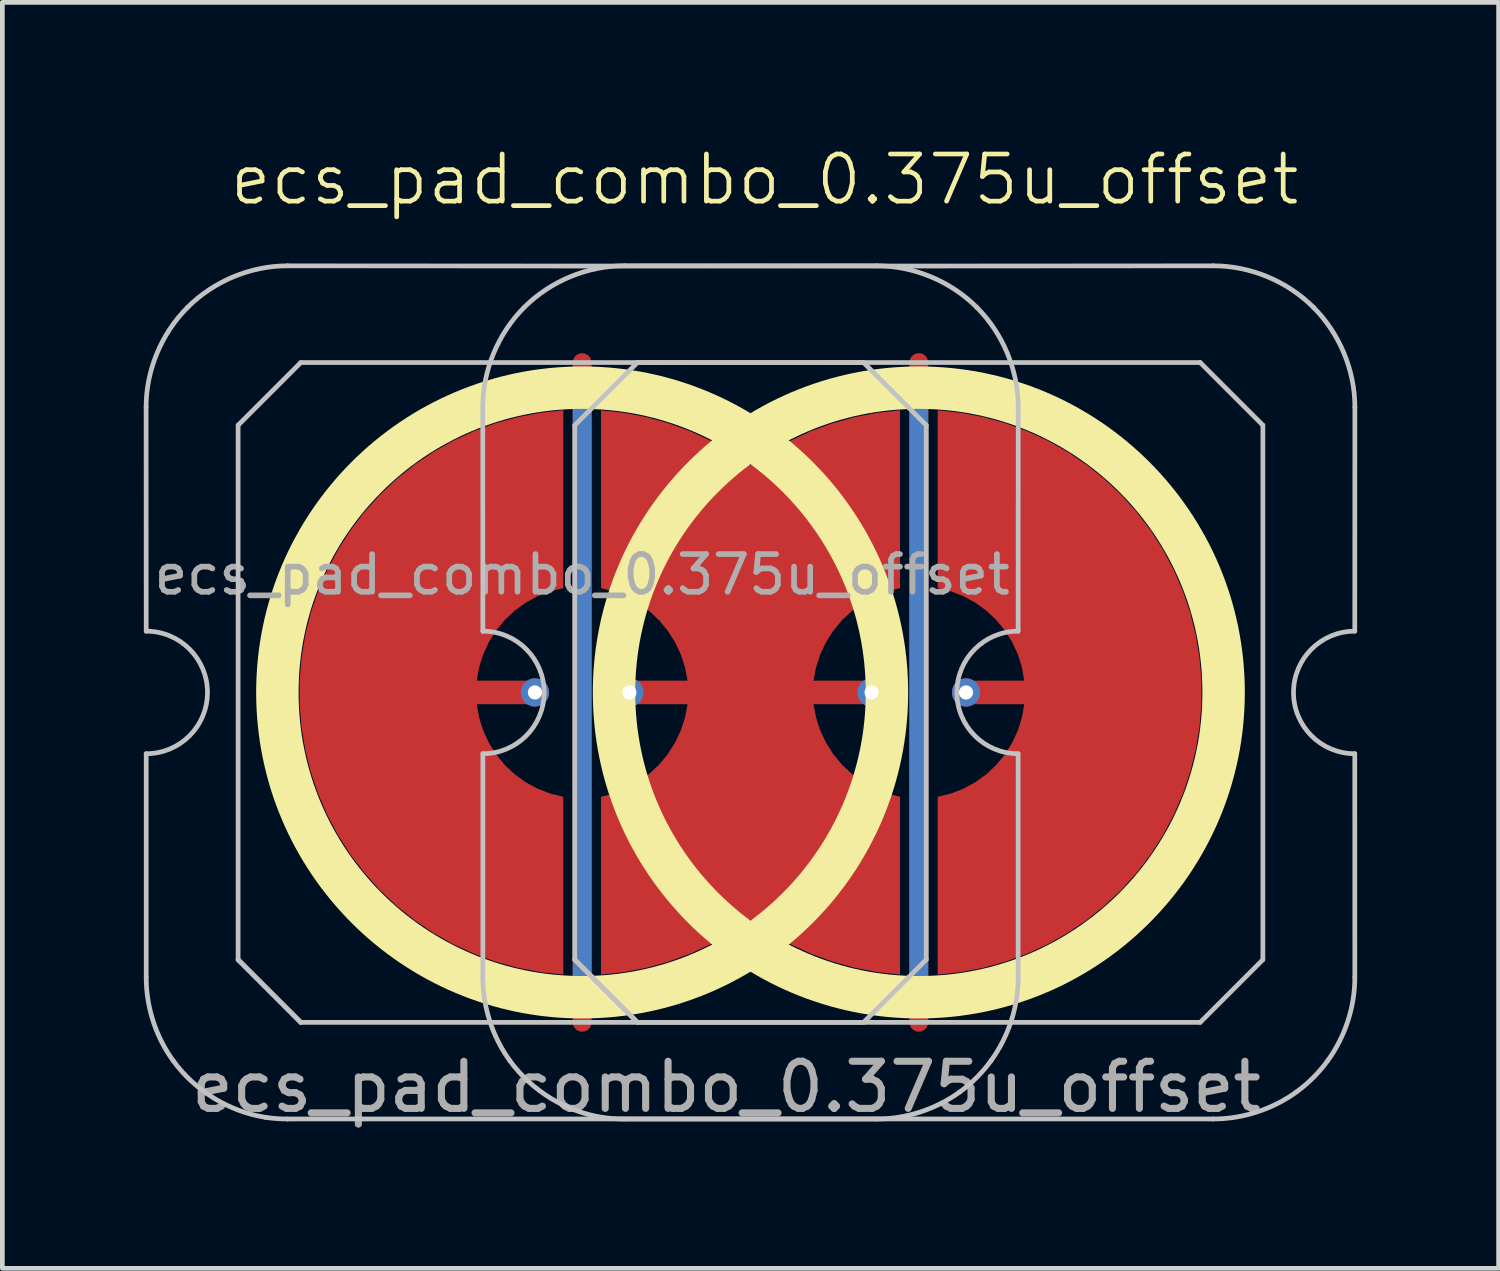
<source format=kicad_pcb>
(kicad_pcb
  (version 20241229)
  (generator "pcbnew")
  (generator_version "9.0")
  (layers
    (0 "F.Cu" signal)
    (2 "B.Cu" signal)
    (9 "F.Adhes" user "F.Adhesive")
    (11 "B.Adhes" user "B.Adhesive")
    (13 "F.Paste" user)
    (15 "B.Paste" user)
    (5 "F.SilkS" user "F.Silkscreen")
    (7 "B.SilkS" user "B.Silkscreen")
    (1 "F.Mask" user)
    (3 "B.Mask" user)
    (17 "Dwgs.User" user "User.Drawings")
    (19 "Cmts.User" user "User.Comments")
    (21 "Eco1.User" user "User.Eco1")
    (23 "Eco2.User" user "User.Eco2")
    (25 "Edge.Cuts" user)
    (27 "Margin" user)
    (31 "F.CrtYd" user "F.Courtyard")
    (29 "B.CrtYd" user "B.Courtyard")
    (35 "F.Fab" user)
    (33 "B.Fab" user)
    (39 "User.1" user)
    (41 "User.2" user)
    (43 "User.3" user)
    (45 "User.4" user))
  (footprint "ecs_pad_combo_0.375u_offset"
    (layer "F.Cu")
    (at 16.445 11.642)
    (property "Reference" "ecs_pad_combo_0.375u_offset" (at -3.269 -10.882 0) (unlocked yes) (layer "F.SilkS") (effects (font (size 1 1) (thickness 0.1))))
    (attr smd)
    (fp_circle (center -7.143 0) (end -0.676 0) (stroke (width 0.9) (type solid)) (fill no) (layer "F.SilkS"))
    (fp_circle (center 0 0) (end 6.467 0) (stroke (width 0.9) (type solid)) (fill no) (layer "F.SilkS"))
    (fp_line (start -16.395 -6.05) (end -16.393 -1.3) (stroke (width 0.1) (type solid)) (layer "Dwgs.User"))
    (fp_line (start -16.393 1.3) (end -16.393 6.049) (stroke (width 0.1) (type solid)) (layer "Dwgs.User"))
    (fp_line (start -14.443 -5.67) (end -13.113 -7) (stroke (width 0.1) (type solid)) (layer "Dwgs.User"))
    (fp_line (start -14.443 5.67) (end -14.443 -5.67) (stroke (width 0.1) (type solid)) (layer "Dwgs.User"))
    (fp_line (start -14.443 5.67) (end -13.113 7) (stroke (width 0.1) (type solid)) (layer "Dwgs.User"))
    (fp_line (start -13.113 -7) (end -1.173 -7) (stroke (width 0.1) (type solid)) (layer "Dwgs.User"))
    (fp_line (start -13.113 7) (end -14.443 5.67) (stroke (width 0.1) (type solid)) (layer "Dwgs.User"))
    (fp_line (start -9.252 -6.05) (end -9.25 -1.3) (stroke (width 0.1) (type solid)) (layer "Dwgs.User"))
    (fp_line (start -9.25 1.3) (end -9.25 6.049) (stroke (width 0.1) (type solid)) (layer "Dwgs.User"))
    (fp_line (start -7.3 -5.67) (end -5.97 -7) (stroke (width 0.1) (type solid)) (layer "Dwgs.User"))
    (fp_line (start -7.3 5.67) (end -7.3 -5.67) (stroke (width 0.1) (type solid)) (layer "Dwgs.User"))
    (fp_line (start -7.3 5.67) (end -5.97 7) (stroke (width 0.1) (type solid)) (layer "Dwgs.User"))
    (fp_line (start -5.97 -7) (end 5.97 -7) (stroke (width 0.1) (type solid)) (layer "Dwgs.User"))
    (fp_line (start -5.97 7) (end -7.3 5.67) (stroke (width 0.1) (type solid)) (layer "Dwgs.User"))
    (fp_line (start -1.173 -7) (end 0.157 -5.67) (stroke (width 0.1) (type solid)) (layer "Dwgs.User"))
    (fp_line (start -1.173 7) (end -13.113 7) (stroke (width 0.1) (type solid)) (layer "Dwgs.User"))
    (fp_line (start 0.157 -5.67) (end 0.157 5.67) (stroke (width 0.1) (type solid)) (layer "Dwgs.User"))
    (fp_line (start 0.157 5.67) (end -1.173 7) (stroke (width 0.1) (type solid)) (layer "Dwgs.User"))
    (fp_line (start 2.107 1.3) (end 2.108 6.049) (stroke (width 0.1) (type solid)) (layer "Dwgs.User"))
    (fp_line (start 2.109 -6.05) (end 2.107 -1.3) (stroke (width 0.1) (type solid)) (layer "Dwgs.User"))
    (fp_line (start 5.97 -7) (end 7.3 -5.67) (stroke (width 0.1) (type solid)) (layer "Dwgs.User"))
    (fp_line (start 5.97 7) (end -5.97 7) (stroke (width 0.1) (type solid)) (layer "Dwgs.User"))
    (fp_line (start 7.3 -5.67) (end 7.3 5.67) (stroke (width 0.1) (type solid)) (layer "Dwgs.User"))
    (fp_line (start 7.3 5.67) (end 5.97 7) (stroke (width 0.1) (type solid)) (layer "Dwgs.User"))
    (fp_line (start 9.25 1.3) (end 9.251 6.049) (stroke (width 0.1) (type solid)) (layer "Dwgs.User"))
    (fp_line (start 9.252 -6.05) (end 9.25 -1.3) (stroke (width 0.1) (type solid)) (layer "Dwgs.User"))
    (fp_arc (start -16.392954 -1.3) (mid -15.092954 0) (end -16.392954 1.3) (stroke (width 0.1) (type solid)) (layer "Dwgs.User"))
    (fp_arc (start -9.25 -1.3) (mid -7.95 0) (end -9.25 1.3) (stroke (width 0.1) (type solid)) (layer "Dwgs.User"))
    (fp_arc (start 2.107046 1.3) (mid 0.807046 0) (end 2.107046 -1.3) (stroke (width 0.1) (type solid)) (layer "Dwgs.User"))
    (fp_arc (start 9.25 1.3) (mid 7.949996 0) (end 9.25 -1.3) (stroke (width 0.1) (type solid)) (layer "Dwgs.User"))
    (fp_curve (pts (xy -16.393 6.049) (xy -16.393 6.677) (xy -16.189 7.307) (xy -15.82 7.814)) (stroke (width 0.1) (type solid)) (layer "Dwgs.User"))
    (fp_curve (pts (xy -15.82 7.814) (xy -15.358 8.449) (xy -14.639 8.893) (xy -13.863 9.015)) (stroke (width 0.1) (type solid)) (layer "Dwgs.User"))
    (fp_curve (pts (xy -15.514 -8.172) (xy -16.069 -7.618) (xy -16.397 -6.836) (xy -16.395 -6.05)) (stroke (width 0.1) (type solid)) (layer "Dwgs.User"))
    (fp_curve (pts (xy -13.863 9.015) (xy -13.707 9.039) (xy -13.55 9.05) (xy -13.393 9.05)) (stroke (width 0.1) (type solid)) (layer "Dwgs.User"))
    (fp_curve (pts (xy -13.393 9.05) (xy -9.261 9.052) (xy -5.026 9.05) (xy -0.893 9.05)) (stroke (width 0.1) (type solid)) (layer "Dwgs.User"))
    (fp_curve (pts (xy -13.393 -9.052) (xy -14.178 -9.053) (xy -14.96 -8.726) (xy -15.514 -8.172)) (stroke (width 0.1) (type solid)) (layer "Dwgs.User"))
    (fp_curve (pts (xy -9.25 6.049) (xy -9.25 6.677) (xy -9.046 7.307) (xy -8.677 7.814)) (stroke (width 0.1) (type solid)) (layer "Dwgs.User"))
    (fp_curve (pts (xy -8.677 7.814) (xy -8.215 8.449) (xy -7.496 8.893) (xy -6.72 9.015)) (stroke (width 0.1) (type solid)) (layer "Dwgs.User"))
    (fp_curve (pts (xy -8.372 -8.172) (xy -8.926 -7.618) (xy -9.254 -6.836) (xy -9.252 -6.05)) (stroke (width 0.1) (type solid)) (layer "Dwgs.User"))
    (fp_curve (pts (xy -6.72 9.015) (xy -6.564 9.039) (xy -6.407 9.05) (xy -6.25 9.05)) (stroke (width 0.1) (type solid)) (layer "Dwgs.User"))
    (fp_curve (pts (xy -6.25 9.05) (xy -2.118 9.052) (xy 2.117 9.05) (xy 6.25 9.05)) (stroke (width 0.1) (type solid)) (layer "Dwgs.User"))
    (fp_curve (pts (xy -6.25 -9.052) (xy -7.035 -9.053) (xy -7.817 -8.726) (xy -8.372 -8.172)) (stroke (width 0.1) (type solid)) (layer "Dwgs.User"))
    (fp_curve (pts (xy -0.893 -9.052) (xy -5.027 -9.046) (xy -9.259 -9.046) (xy -13.393 -9.052)) (stroke (width 0.1) (type solid)) (layer "Dwgs.User"))
    (fp_curve (pts (xy -0.893 9.05) (xy -0.265 9.05) (xy 0.361 8.844) (xy 0.87 8.476)) (stroke (width 0.1) (type solid)) (layer "Dwgs.User"))
    (fp_curve (pts (xy 0.87 8.476) (xy 1.124 8.291) (xy 1.349 8.066) (xy 1.533 7.812)) (stroke (width 0.1) (type solid)) (layer "Dwgs.User"))
    (fp_curve (pts (xy 1.229 -8.172) (xy 0.674 -8.726) (xy -0.108 -9.053) (xy -0.893 -9.052)) (stroke (width 0.1) (type solid)) (layer "Dwgs.User"))
    (fp_curve (pts (xy 1.533 7.812) (xy 1.902 7.303) (xy 2.108 6.678) (xy 2.108 6.049)) (stroke (width 0.1) (type solid)) (layer "Dwgs.User"))
    (fp_curve (pts (xy 2.109 -6.05) (xy 2.111 -6.836) (xy 1.783 -7.618) (xy 1.229 -8.172)) (stroke (width 0.1) (type solid)) (layer "Dwgs.User"))
    (fp_curve (pts (xy 6.25 -9.052) (xy 2.116 -9.046) (xy -2.116 -9.046) (xy -6.25 -9.052)) (stroke (width 0.1) (type solid)) (layer "Dwgs.User"))
    (fp_curve (pts (xy 6.25 9.05) (xy 6.878 9.05) (xy 7.504 8.844) (xy 8.013 8.476)) (stroke (width 0.1) (type solid)) (layer "Dwgs.User"))
    (fp_curve (pts (xy 8.013 8.476) (xy 8.267 8.291) (xy 8.492 8.066) (xy 8.676 7.812)) (stroke (width 0.1) (type solid)) (layer "Dwgs.User"))
    (fp_curve (pts (xy 8.372 -8.172) (xy 7.817 -8.726) (xy 7.035 -9.053) (xy 6.25 -9.052)) (stroke (width 0.1) (type solid)) (layer "Dwgs.User"))
    (fp_curve (pts (xy 8.676 7.812) (xy 9.045 7.303) (xy 9.251 6.678) (xy 9.251 6.049)) (stroke (width 0.1) (type solid)) (layer "Dwgs.User"))
    (fp_curve (pts (xy 9.252 -6.05) (xy 9.254 -6.836) (xy 8.926 -7.618) (xy 8.372 -8.172)) (stroke (width 0.1) (type solid)) (layer "Dwgs.User"))
    (fp_circle (center -7.143 0) (end -7.143 -1) (stroke (width 0.1) (type default)) (fill no) (layer "Eco1.User"))
    (fp_circle (center 0 0) (end 0 1) (stroke (width 0.1) (type default)) (fill no) (layer "Eco1.User"))
    (fp_text user "${REFERENCE}" (at -7.143 -2.5 0) (layer "F.Fab") (effects (font (size 0.8 0.8) (thickness 0.12))))
    (fp_text user "${REFERENCE}" (at -4.082 8.37 0) (unlocked yes) (layer "F.Fab") (effects (font (size 1 1) (thickness 0.15))))
    (pad "1" thru_hole circle (at -8.145 0 90) (size 0.6 0.6) (drill 0.3) (layers "*.Cu"))
    (pad "1" smd custom (at -8.143 0) (size 0.4 0.4) (layers "F.Cu") (options (anchor circle)) (primitives (gr_poly (pts (xy 0.6 -2.214) (xy 0.32 -2.145) (xy 0.052 -2.041) (xy -0.201 -1.903) (xy -0.434 -1.734) (xy -0.644 -1.536) (xy -0.826 -1.314) (xy -0.979 -1.07) (xy -1.1 -0.808) (xy -1.186 -0.534) (xy -1.236 -0.25) (xy 0 -0.25) (xy 0.096 -0.231) (xy 0.177 -0.177) (xy 0.231 -0.096) (xy 0.25 0) (xy 0.231 0.096) (xy 0.177 0.177) (xy 0.096 0.231) (xy 0 0.25) (xy -1.236 0.25) (xy -1.186 0.534) (xy -1.1 0.808) (xy -0.979 1.07) (xy -0.826 1.314) (xy -0.644 1.536) (xy -0.434 1.734) (xy -0.201 1.903) (xy 0.052 2.041) (xy 0.32 2.145) (xy 0.6 2.214) (xy 0.6 5.987) (xy 0.115 5.934) (xy -0.364 5.843) (xy -0.834 5.713) (xy -1.292 5.545) (xy -1.735 5.341) (xy -2.159 5.101) (xy -2.563 4.827) (xy -2.943 4.522) (xy -3.298 4.187) (xy -3.623 3.824) (xy -3.919 3.436) (xy -4.182 3.025) (xy -4.41 2.594) (xy -4.603 2.147) (xy -4.759 1.684) (xy -4.876 1.211) (xy -4.955 0.73) (xy -4.995 0.244) (xy -4.995 -0.244) (xy -4.955 -0.73) (xy -4.876 -1.211) (xy -4.759 -1.684) (xy -4.603 -2.147) (xy -4.41 -2.594) (xy -4.182 -3.025) (xy -3.919 -3.436) (xy -3.623 -3.824) (xy -3.298 -4.187) (xy -2.943 -4.522) (xy -2.563 -4.827) (xy -2.159 -5.101) (xy -1.735 -5.341) (xy -1.292 -5.545) (xy -0.834 -5.713) (xy -0.364 -5.843) (xy 0.115 -5.934) (xy 0.6 -5.987)) (width 0) (fill yes))))
    (pad "1" smd custom (at 1.001 0 180) (size 0.4 0.4) (layers "F.Cu") (options (anchor circle)) (primitives (gr_poly (pts (xy 0.6 -2.214) (xy 0.32 -2.145) (xy 0.052 -2.041) (xy -0.201 -1.903) (xy -0.434 -1.734) (xy -0.644 -1.536) (xy -0.826 -1.314) (xy -0.979 -1.07) (xy -1.1 -0.808) (xy -1.186 -0.534) (xy -1.236 -0.25) (xy 0 -0.25) (xy 0.096 -0.231) (xy 0.177 -0.177) (xy 0.231 -0.096) (xy 0.25 0) (xy 0.231 0.096) (xy 0.177 0.177) (xy 0.096 0.231) (xy 0 0.25) (xy -1.236 0.25) (xy -1.186 0.534) (xy -1.1 0.808) (xy -0.979 1.07) (xy -0.826 1.314) (xy -0.644 1.536) (xy -0.434 1.734) (xy -0.201 1.903) (xy 0.052 2.041) (xy 0.32 2.145) (xy 0.6 2.214) (xy 0.6 5.987) (xy 0.115 5.934) (xy -0.364 5.843) (xy -0.834 5.713) (xy -1.292 5.545) (xy -1.735 5.341) (xy -2.159 5.101) (xy -2.563 4.827) (xy -2.943 4.522) (xy -3.298 4.187) (xy -3.623 3.824) (xy -3.919 3.436) (xy -4.182 3.025) (xy -4.41 2.594) (xy -4.603 2.147) (xy -4.759 1.684) (xy -4.876 1.211) (xy -4.955 0.73) (xy -4.995 0.244) (xy -4.995 -0.244) (xy -4.955 -0.73) (xy -4.876 -1.211) (xy -4.759 -1.684) (xy -4.603 -2.147) (xy -4.41 -2.594) (xy -4.182 -3.025) (xy -3.919 -3.436) (xy -3.623 -3.824) (xy -3.298 -4.187) (xy -2.943 -4.522) (xy -2.563 -4.827) (xy -2.159 -5.101) (xy -1.735 -5.341) (xy -1.292 -5.545) (xy -0.834 -5.713) (xy -0.364 -5.843) (xy 0.115 -5.934) (xy 0.6 -5.987)) (width 0) (fill yes))))
    (pad "1" thru_hole circle (at 1.002 0 270) (size 0.6 0.6) (drill 0.3) (layers "*.Cu"))
    (pad "2" smd custom (at -6.143 0) (size 0.118 0.118) (layers "F.Cu") (options (anchor circle)) (primitives (gr_poly (pts (xy -0.096 -0.231) (xy -0.177 -0.177) (xy -0.231 -0.096) (xy -0.25 0) (xy -0.231 0.096) (xy -0.177 0.177) (xy -0.096 0.231) (xy 0 0.25) (xy 1.236 0.25) (xy 1.182 0.532) (xy 1.093 0.805) (xy 0.971 1.064) (xy 0.817 1.307) (xy 0.635 1.528) (xy 0.426 1.725) (xy 0.194 1.894) (xy -0.056 2.034) (xy -0.323 2.141) (xy -0.6 2.214) (xy -0.6 5.986) (xy -0.113 5.933) (xy 0.367 5.841) (xy 0.839 5.709) (xy 1.298 5.54) (xy 1.742 5.334) (xy 2.167 5.093) (xy 2.572 4.817) (xy 2.976 5.093) (xy 3.402 5.334) (xy 3.846 5.54) (xy 4.305 5.709) (xy 4.777 5.841) (xy 5.257 5.933) (xy 5.744 5.986) (xy 5.744 2.214) (xy 5.466 2.141) (xy 5.2 2.034) (xy 4.949 1.894) (xy 4.718 1.725) (xy 4.509 1.528) (xy 4.327 1.307) (xy 4.173 1.064) (xy 4.051 0.805) (xy 3.962 0.532) (xy 3.908 0.25) (xy 5.144 0.25) (xy 5.239 0.231) (xy 5.321 0.177) (xy 5.375 0.096) (xy 5.394 0) (xy 5.375 -0.096) (xy 5.321 -0.177) (xy 5.239 -0.231) (xy 5.144 -0.25) (xy 3.908 -0.25) (xy 3.962 -0.532) (xy 4.051 -0.805) (xy 4.173 -1.064) (xy 4.327 -1.307) (xy 4.509 -1.528) (xy 4.718 -1.725) (xy 4.949 -1.894) (xy 5.2 -2.034) (xy 5.466 -2.141) (xy 5.744 -2.214) (xy 5.744 -5.986) (xy 5.257 -5.933) (xy 4.777 -5.841) (xy 4.305 -5.709) (xy 3.846 -5.54) (xy 3.402 -5.334) (xy 2.976 -5.093) (xy 2.572 -4.817) (xy 2.167 -5.093) (xy 1.742 -5.334) (xy 1.298 -5.54) (xy 0.839 -5.709) (xy 0.367 -5.841) (xy -0.113 -5.933) (xy -0.6 -5.986) (xy -0.6 -2.214) (xy -0.323 -2.141) (xy -0.056 -2.034) (xy 0.194 -1.894) (xy 0.426 -1.725) (xy 0.635 -1.528) (xy 0.817 -1.307) (xy 0.971 -1.064) (xy 1.093 -0.805) (xy 1.182 -0.532) (xy 1.236 -0.25) (xy 0 -0.25)) (width 0) (fill yes))))
    (pad "2" thru_hole circle (at -6.141 0 90) (size 0.6 0.6) (drill 0.3) (layers "*.Cu"))
    (pad "2" thru_hole circle (at -1.002 0 270) (size 0.6 0.6) (drill 0.3) (layers "*.Cu"))
    (pad "3" smd custom (at -7.143 0) (size 0.4 0.4) (layers "F.Cu") (options (anchor rect)) (primitives (gr_line (start 0 -7) (end 0 7) (width 0.4))))
    (pad "3" smd custom (at -7.143 0) (size 0.4 0.4) (layers "B.Cu") (options (anchor rect)) (primitives (gr_line (start 0 -6.5) (end 0 6.5) (width 0.4))))
    (pad "3" smd custom (at 0 0) (size 0.4 0.4) (layers "F.Cu") (options (anchor rect)) (primitives (gr_line (start 0 -7) (end 0 7) (width 0.4))))
    (pad "3" smd custom (at 0 0) (size 0.4 0.4) (layers "B.Cu") (options (anchor rect)) (primitives (gr_line (start 0 -6.5) (end 0 6.5) (width 0.4))))
    (zone (net_name "") (layer "F.Cu") (hatch edge 0.508) (connect_pads) (min_thickness 0.254) (filled_areas_thickness no) (keepout (tracks allowed) (vias allowed) (pads allowed) (copperpour not_allowed) (footprints allowed)) (placement (enabled no)) (fill) (polygon (pts (xy 16.307 11.642) (xy 16.288 11.129) (xy 16.232 10.619) (xy 16.138 10.114) (xy 16.008 9.618) (xy 15.841 9.132) (xy 15.64 8.66) (xy 15.405 8.204) (xy 15.136 7.766) (xy 14.837 7.349) (xy 14.507 6.955) (xy 14.15 6.586) (xy 13.767 6.245) (xy 13.36 5.932) (xy 12.931 5.651) (xy 12.482 5.401) (xy 12.016 5.185) (xy 11.536 5.003) (xy 11.044 4.857) (xy 10.542 4.748) (xy 10.034 4.676) (xy 9.522 4.641) (xy 9.008 4.644) (xy 8.497 4.684) (xy 7.989 4.761) (xy 7.489 4.876) (xy 6.998 5.027) (xy 6.52 5.214) (xy 6.056 5.435) (xy 5.611 5.689) (xy 5.184 5.975) (xy 4.78 6.292) (xy 4.401 6.638) (xy 4.047 7.01) (xy 3.722 7.407) (xy 3.427 7.827) (xy 3.163 8.268) (xy 2.933 8.726) (xy 2.736 9.201) (xy 2.575 9.688) (xy 2.45 10.186) (xy 2.362 10.692) (xy 2.311 11.202) (xy 2.297 11.716) (xy 2.321 12.228) (xy 2.383 12.738) (xy 2.482 13.242) (xy 2.617 13.737) (xy 2.789 14.221) (xy 2.995 14.691) (xy 3.235 15.145) (xy 3.508 15.58) (xy 3.812 15.993) (xy 4.146 16.384) (xy 4.507 16.749) (xy 4.893 17.086) (xy 5.304 17.394) (xy 5.736 17.672) (xy 6.187 17.917) (xy 6.655 18.128) (xy 7.137 18.304) (xy 7.631 18.445) (xy 8.134 18.549) (xy 8.643 18.616) (xy 9.155 18.646) (xy 9.668 18.638) (xy 10.18 18.592) (xy 10.686 18.509) (xy 11.186 18.389) (xy 11.675 18.233) (xy 12.151 18.042) (xy 12.612 17.816) (xy 13.055 17.557) (xy 13.478 17.266) (xy 13.879 16.945) (xy 14.255 16.596) (xy 14.604 16.219) (xy 14.925 15.819) (xy 15.216 15.396) (xy 15.475 14.953) (xy 15.701 14.491) (xy 15.893 14.015) (xy 16.049 13.526) (xy 16.169 13.027) (xy 16.251 12.52) (xy 16.297 12.009))))
    (zone (net_name "") (layer "F.Cu") (hatch edge 0.508) (connect_pads) (min_thickness 0.254) (filled_areas_thickness no) (keepout (tracks allowed) (vias allowed) (pads allowed) (copperpour not_allowed) (footprints allowed)) (placement (enabled no)) (fill) (polygon (pts (xy 23.45 11.642) (xy 23.431 11.129) (xy 23.375 10.619) (xy 23.281 10.114) (xy 23.151 9.618) (xy 22.984 9.132) (xy 22.783 8.66) (xy 22.548 8.204) (xy 22.279 7.766) (xy 21.98 7.349) (xy 21.65 6.955) (xy 21.293 6.586) (xy 20.91 6.245) (xy 20.503 5.932) (xy 20.073 5.651) (xy 19.625 5.401) (xy 19.159 5.185) (xy 18.679 5.003) (xy 18.187 4.857) (xy 17.685 4.748) (xy 17.177 4.676) (xy 16.665 4.641) (xy 16.151 4.644) (xy 15.64 4.684) (xy 15.132 4.761) (xy 14.632 4.876) (xy 14.141 5.027) (xy 13.663 5.214) (xy 13.199 5.435) (xy 12.753 5.689) (xy 12.327 5.975) (xy 11.923 6.292) (xy 11.544 6.638) (xy 11.19 7.01) (xy 10.865 7.407) (xy 10.57 7.827) (xy 10.306 8.268) (xy 10.076 8.726) (xy 9.879 9.201) (xy 9.718 9.688) (xy 9.593 10.186) (xy 9.505 10.692) (xy 9.454 11.202) (xy 9.44 11.716) (xy 9.464 12.228) (xy 9.526 12.738) (xy 9.625 13.242) (xy 9.76 13.737) (xy 9.932 14.221) (xy 10.138 14.691) (xy 10.378 15.145) (xy 10.651 15.58) (xy 10.955 15.993) (xy 11.288 16.384) (xy 11.65 16.749) (xy 12.036 17.086) (xy 12.447 17.394) (xy 12.879 17.672) (xy 13.33 17.917) (xy 13.798 18.128) (xy 14.28 18.304) (xy 14.774 18.445) (xy 15.277 18.549) (xy 15.786 18.616) (xy 16.298 18.646) (xy 16.811 18.638) (xy 17.323 18.592) (xy 17.829 18.509) (xy 18.329 18.389) (xy 18.818 18.233) (xy 19.294 18.042) (xy 19.755 17.816) (xy 20.198 17.557) (xy 20.621 17.266) (xy 21.022 16.945) (xy 21.398 16.596) (xy 21.747 16.219) (xy 22.068 15.819) (xy 22.359 15.396) (xy 22.618 14.953) (xy 22.844 14.491) (xy 23.036 14.015) (xy 23.192 13.526) (xy 23.311 13.027) (xy 23.394 12.52) (xy 23.44 12.009))))
    (zone (net_name "") (layer "B.Cu") (hatch edge 0.508) (connect_pads) (min_thickness 0.254) (filled_areas_thickness no) (keepout (tracks allowed) (vias allowed) (pads allowed) (copperpour not_allowed) (footprints allowed)) (placement (enabled no)) (fill) (polygon (pts (xy 15.86 11.642) (xy 15.84 11.128) (xy 15.779 10.616) (xy 15.679 10.111) (xy 15.539 9.616) (xy 15.361 9.133) (xy 15.145 8.665) (xy 14.894 8.216) (xy 14.608 7.787) (xy 14.289 7.383) (xy 13.939 7.005) (xy 13.561 6.655) (xy 13.157 6.337) (xy 12.728 6.05) (xy 12.279 5.799) (xy 11.812 5.583) (xy 11.328 5.405) (xy 10.833 5.265) (xy 10.328 5.165) (xy 9.816 5.104) (xy 9.302 5.084) (xy 8.787 5.104) (xy 8.276 5.165) (xy 7.771 5.265) (xy 7.275 5.405) (xy 6.792 5.583) (xy 6.324 5.799) (xy 5.875 6.05) (xy 5.447 6.337) (xy 5.043 6.655) (xy 4.664 7.005) (xy 4.315 7.383) (xy 3.996 7.787) (xy 3.71 8.216) (xy 3.458 8.665) (xy 3.243 9.133) (xy 3.065 9.616) (xy 2.925 10.111) (xy 2.824 10.616) (xy 2.764 11.128) (xy 2.744 11.642) (xy 2.764 12.157) (xy 2.824 12.668) (xy 2.925 13.173) (xy 3.065 13.669) (xy 3.243 14.152) (xy 3.458 14.62) (xy 3.71 15.069) (xy 3.996 15.497) (xy 4.315 15.902) (xy 4.664 16.28) (xy 5.043 16.629) (xy 5.447 16.948) (xy 5.875 17.234) (xy 6.324 17.486) (xy 6.792 17.701) (xy 7.275 17.88) (xy 7.771 18.019) (xy 8.276 18.12) (xy 8.787 18.18) (xy 9.302 18.201) (xy 9.816 18.18) (xy 10.328 18.12) (xy 10.833 18.019) (xy 11.328 17.88) (xy 11.812 17.701) (xy 12.279 17.486) (xy 12.728 17.234) (xy 13.157 16.948) (xy 13.561 16.629) (xy 13.939 16.28) (xy 14.289 15.902) (xy 14.608 15.497) (xy 14.894 15.069) (xy 15.145 14.62) (xy 15.361 14.152) (xy 15.539 13.669) (xy 15.679 13.173) (xy 15.779 12.668) (xy 15.84 12.157))))
    (zone (net_name "") (layer "B.Cu") (hatch edge 0.508) (connect_pads) (min_thickness 0.254) (filled_areas_thickness no) (keepout (tracks allowed) (vias allowed) (pads allowed) (copperpour not_allowed) (footprints allowed)) (placement (enabled no)) (fill) (polygon (pts (xy 23.003 11.642) (xy 22.983 11.128) (xy 22.922 10.616) (xy 22.822 10.111) (xy 22.682 9.616) (xy 22.504 9.133) (xy 22.288 8.665) (xy 22.037 8.216) (xy 21.751 7.787) (xy 21.432 7.383) (xy 21.082 7.005) (xy 20.704 6.655) (xy 20.3 6.337) (xy 19.871 6.05) (xy 19.422 5.799) (xy 18.955 5.583) (xy 18.471 5.405) (xy 17.976 5.265) (xy 17.471 5.165) (xy 16.959 5.104) (xy 16.445 5.084) (xy 15.93 5.104) (xy 15.419 5.165) (xy 14.914 5.265) (xy 14.418 5.405) (xy 13.935 5.583) (xy 13.467 5.799) (xy 13.018 6.05) (xy 12.59 6.337) (xy 12.186 6.655) (xy 11.807 7.005) (xy 11.458 7.383) (xy 11.139 7.787) (xy 10.853 8.216) (xy 10.601 8.665) (xy 10.386 9.133) (xy 10.207 9.616) (xy 10.068 10.111) (xy 9.967 10.616) (xy 9.907 11.128) (xy 9.887 11.642) (xy 9.907 12.157) (xy 9.967 12.668) (xy 10.068 13.173) (xy 10.207 13.669) (xy 10.386 14.152) (xy 10.601 14.62) (xy 10.853 15.069) (xy 11.139 15.497) (xy 11.458 15.902) (xy 11.807 16.28) (xy 12.186 16.629) (xy 12.59 16.948) (xy 13.018 17.234) (xy 13.467 17.486) (xy 13.935 17.701) (xy 14.418 17.88) (xy 14.914 18.019) (xy 15.419 18.12) (xy 15.93 18.18) (xy 16.445 18.201) (xy 16.959 18.18) (xy 17.471 18.12) (xy 17.976 18.019) (xy 18.471 17.88) (xy 18.955 17.701) (xy 19.422 17.486) (xy 19.871 17.234) (xy 20.3 16.948) (xy 20.704 16.629) (xy 21.082 16.28) (xy 21.432 15.902) (xy 21.751 15.497) (xy 22.037 15.069) (xy 22.288 14.62) (xy 22.504 14.152) (xy 22.682 13.669) (xy 22.822 13.173) (xy 22.922 12.668) (xy 22.983 12.157)))))
  (gr_rect
    (start -3 -3)
    (end 28.747 23.861)
    (stroke (width 0.1) (type default))
    (fill no)
    (layer "Edge.Cuts")))
</source>
